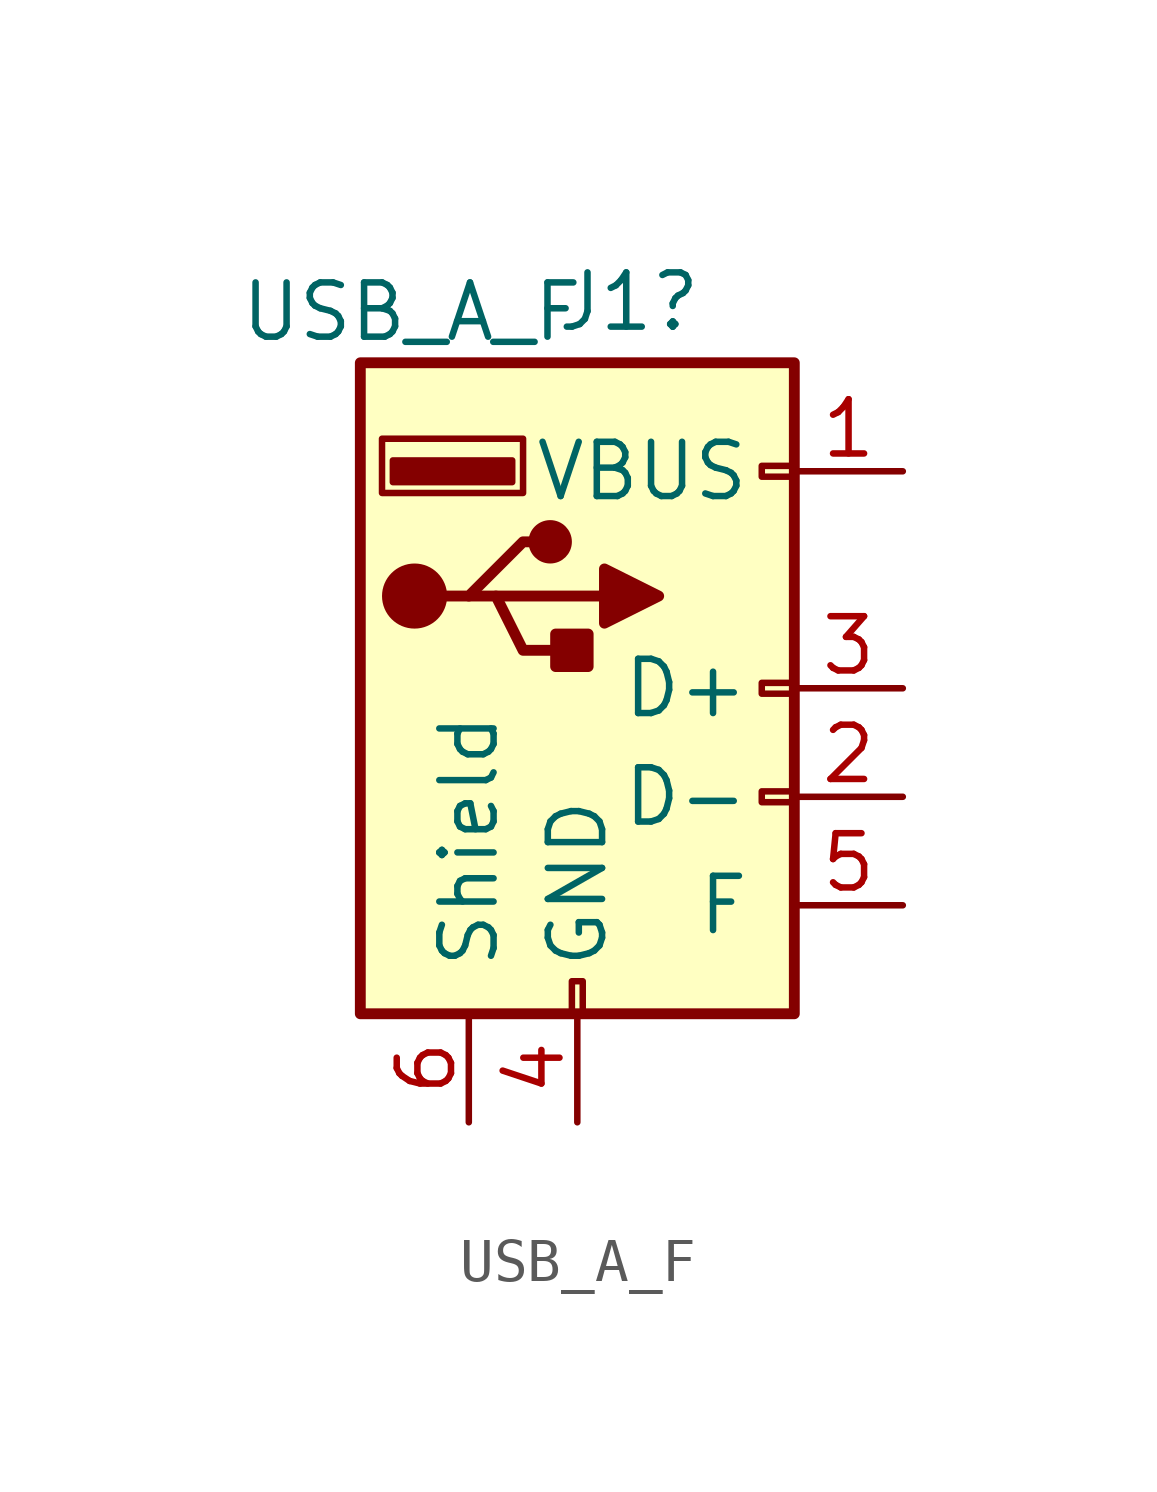
<source format=kicad_sym>
(kicad_symbol_lib
  (version 20211014)
  (generator kicad_symbol_editor)
  (symbol "USB_Connector:USB_A_F"
    (pin_names
      (offset 1.016))
    (property "Reference" "J1"
      (at 1.206 9.046 0)
      (effects (font (size 1.27 1.27))))
    (property "Value" "USB_A_F"
      (at -3.873 8.811 0)
      (effects (font (size 1.27 1.27))))
    (symbol "USB_A_F_0_1"
      (rectangle (start -5.08 -7.62) (end 5.08 7.62) (stroke (width 0.254) (type default) (color 0 0 0 0)) (fill (type background)))
      (circle (center -3.81 2.159) (radius 0.635) (stroke (width 0.254)) (stroke (width 0.254) (type default) (color 0 0 0 0)) (fill (type outline)))
      (rectangle (start -1.524 4.826) (end -4.318 5.334) (stroke (width 0) (type default) (color 0 0 0 0)) (fill (type outline)))
      (rectangle (start -1.27 4.572) (end -4.572 5.842) (stroke (width 0) (type default) (color 0 0 0 0)) (fill (type none)))
      (circle (center -0.635 3.429) (radius 0.381) (stroke (width 0.254)) (stroke (width 0.254) (type default) (color 0 0 0 0)) (fill (type outline)))
      (rectangle (start -0.127 -7.62) (end 0.127 -6.858) (stroke (width 0) (type default) (color 0 0 0 0)) (fill (type none)))
      (polyline (pts (xy -3.175 2.159) (xy -2.54 2.159) (xy -1.27 3.429) (xy -0.635 3.429)) (stroke (width 0.254) (type default) (color 0 0 0 0)) (fill (type none)))
      (polyline (pts (xy -2.54 2.159) (xy -1.905 2.159) (xy -1.27 0.889) (xy 0 0.889)) (stroke (width 0.254) (type default) (color 0 0 0 0)) (fill (type none)))
      (polyline (pts (xy 0.635 2.794) (xy 0.635 1.524) (xy 1.905 2.159) (xy 0.635 2.794)) (stroke (width 0.254) (type default) (color 0 0 0 0)) (fill (type outline)))
      (rectangle (start 0.254 1.27) (end -0.508 0.508) (stroke (width 0.254) (type default) (color 0 0 0 0)) (fill (type outline)))
      (rectangle (start 5.08 -2.667) (end 4.318 -2.413) (stroke (width 0) (type default) (color 0 0 0 0)) (fill (type none)))
      (rectangle (start 5.08 -0.127) (end 4.318 0.127) (stroke (width 0) (type default) (color 0 0 0 0)) (fill (type none)))
      (rectangle (start 5.08 4.953) (end 4.318 5.207) (stroke (width 0) (type default) (color 0 0 0 0)) (fill (type none))))
    (symbol "USB_A_F_1_1"
      (polyline (pts (xy -1.905 2.159) (xy 0.635 2.159)) (stroke (width 0.254) (type default) (color 0 0 0 0)) (fill (type none)))
      (pin power_in line (at 7.62 5.08 180) (length 2.54) (name "VBUS" (effects (font (size 1.27 1.27)))) (number "1" (effects (font (size 1.27 1.27)))))
      (pin bidirectional line (at 7.62 -2.54 180) (length 2.54) (name "D-" (effects (font (size 1.27 1.27)))) (number "2" (effects (font (size 1.27 1.27)))))
      (pin bidirectional line (at 7.62 0 180) (length 2.54) (name "D+" (effects (font (size 1.27 1.27)))) (number "3" (effects (font (size 1.27 1.27)))))
      (pin power_in line (at 0 -10.16 90) (length 2.54) (name "GND" (effects (font (size 1.27 1.27)))) (number "4" (effects (font (size 1.27 1.27)))))
      (pin bidirectional line (at 7.62 -5.08 180) (length 2.54) (name "F" (effects (font (size 1.27 1.27)))) (number "5" (effects (font (size 1.27 1.27)))))
      (pin passive line (at -2.54 -10.16 90) (length 2.54) (name "Shield" (effects (font (size 1.27 1.27)))) (number "6" (effects (font (size 1.27 1.27))))))))
</source>
